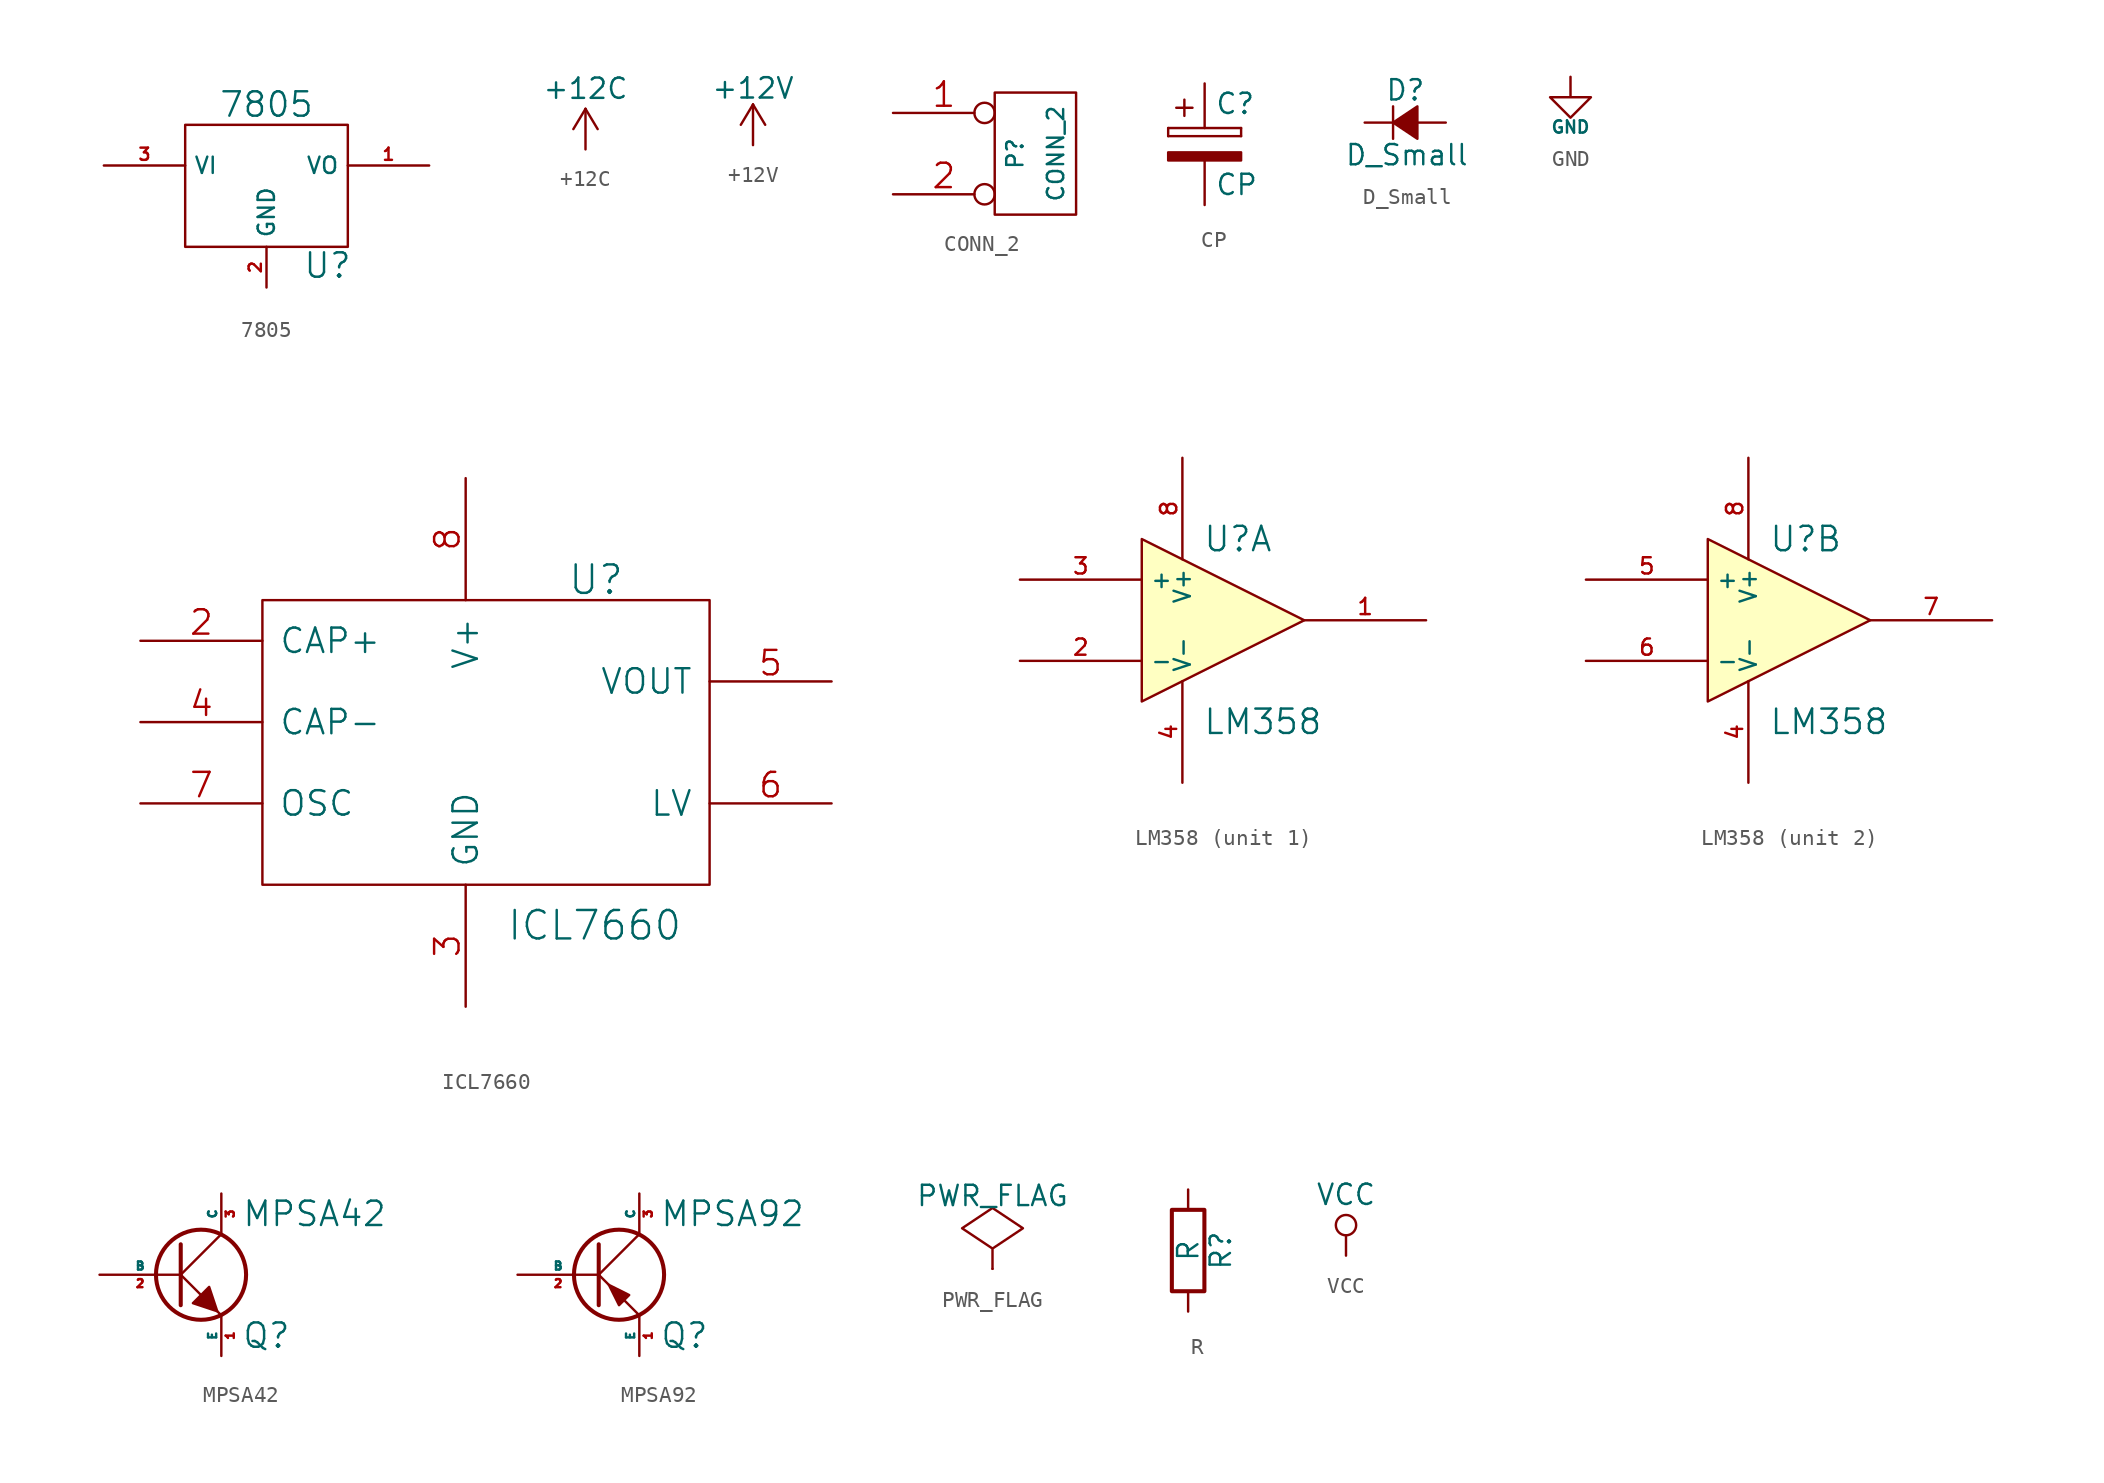
<source format=kicad_sym>
(kicad_symbol_lib
  (version 20201005)
  (generator kicad_symbol_editor)
  (symbol "complex_hierarchy_schlib:7805"
    (property "Reference" "U"
      (at 3.81 -4.978 0)
      (effects (font (size 1.524 1.524))))
    (property "Value" "7805"
      (at 0 5.08 0)
      (effects (font (size 1.524 1.524))))
    (property "Footprint" ""
      (at 0 0 0)
      (effects (font (size 1.524 1.524))))
    (property "Datasheet" ""
      (at 0 0 0)
      (effects (font (size 1.524 1.524))))
    (symbol "7805_0_1"
      (rectangle (start -5.08 -3.81) (end 5.08 3.81) (stroke (width 0)) (fill (type none))))
    (symbol "7805_1_1"
      (pin power_out line (at 10.16 1.27 180) (length 5.08) (name "VO" (effects (font (size 1.016 1.016)))) (number "1" (effects (font (size 0.762 0.762)))))
      (pin input line (at 0 -6.35 90) (length 2.54) (name "GND" (effects (font (size 1.016 1.016)))) (number "2" (effects (font (size 0.762 0.762)))))
      (pin input line (at -10.16 1.27 0) (length 5.08) (name "VI" (effects (font (size 1.016 1.016)))) (number "3" (effects (font (size 0.762 0.762)))))))
  (symbol "complex_hierarchy_schlib:+12C"
    (power)
    (pin_names
      (offset 0))
    (property "Reference" "#PWR"
      (at 0 -3.81 0)
      (effects (font (size 1.27 1.27)) hide))
    (property "Value" "+12C"
      (at 0 3.81 0)
      (effects (font (size 1.27 1.27))))
    (property "Footprint" ""
      (at 0 0 0)
      (effects (font (size 1.524 1.524))))
    (property "Datasheet" ""
      (at 0 0 0)
      (effects (font (size 1.524 1.524))))
    (symbol "+12C_0_1"
      (polyline (pts (xy -0.762 1.27) (xy 0 2.54)) (stroke (width 0)) (fill (type none)))
      (polyline (pts (xy 0 0) (xy 0 2.54)) (stroke (width 0)) (fill (type none)))
      (polyline (pts (xy 0 2.54) (xy 0.762 1.27)) (stroke (width 0)) (fill (type none))))
    (symbol "+12C_1_1"
      (pin power_in line (at 0 0 90) (length 0) hide (name "+12C" (effects (font (size 1.27 1.27)))) (number "1" (effects (font (size 1.27 1.27)))))))
  (symbol "complex_hierarchy_schlib:+12V"
    (power)
    (pin_names
      (offset 0))
    (property "Reference" "#PWR"
      (at 0 -3.81 0)
      (effects (font (size 1.27 1.27)) hide))
    (property "Value" "+12V"
      (at 0 3.556 0)
      (effects (font (size 1.27 1.27))))
    (property "Footprint" ""
      (at 0 0 0)
      (effects (font (size 1.524 1.524))))
    (property "Datasheet" ""
      (at 0 0 0)
      (effects (font (size 1.524 1.524))))
    (symbol "+12V_0_1"
      (polyline (pts (xy -0.762 1.27) (xy 0 2.54)) (stroke (width 0)) (fill (type none)))
      (polyline (pts (xy 0 0) (xy 0 2.54)) (stroke (width 0)) (fill (type none)))
      (polyline (pts (xy 0 2.54) (xy 0.762 1.27)) (stroke (width 0)) (fill (type none))))
    (symbol "+12V_1_1"
      (pin power_in line (at 0 0 90) (length 0) hide (name "+12V" (effects (font (size 1.27 1.27)))) (number "1" (effects (font (size 1.27 1.27)))))))
  (symbol "complex_hierarchy_schlib:CONN_2"
    (pin_names
      (offset 1.016) hide)
    (property "Reference" "P"
      (at -1.27 0 90)
      (effects (font (size 1.016 1.016))))
    (property "Value" "CONN_2"
      (at 1.27 0 90)
      (effects (font (size 1.016 1.016))))
    (property "Footprint" ""
      (at 0 0 0)
      (effects (font (size 1.524 1.524))))
    (property "Datasheet" ""
      (at 0 0 0)
      (effects (font (size 1.524 1.524))))
    (symbol "CONN_2_0_1"
      (rectangle (start -2.54 3.81) (end 2.54 -3.81) (stroke (width 0)) (fill (type none))))
    (symbol "CONN_2_1_1"
      (pin passive inverted (at -8.89 2.54 0) (length 6.35) (name "P1" (effects (font (size 1.524 1.524)))) (number "1" (effects (font (size 1.524 1.524)))))
      (pin passive inverted (at -8.89 -2.54 0) (length 6.35) (name "PM" (effects (font (size 1.524 1.524)))) (number "2" (effects (font (size 1.524 1.524)))))))
  (symbol "complex_hierarchy_schlib:CP"
    (pin_numbers hide)
    (pin_names
      (offset 0.254))
    (property "Reference" "C"
      (at 0.635 2.54 0)
      (effects (font (size 1.27 1.27)) (justify left)))
    (property "Value" "CP"
      (at 0.635 -2.54 0)
      (effects (font (size 1.27 1.27)) (justify left)))
    (property "Footprint" ""
      (at 0.965 -3.81 0)
      (effects (font (size 0.762 0.762))))
    (property "Datasheet" ""
      (at 0 0 0)
      (effects (font (size 1.524 1.524))))
    (symbol "CP_0_1"
      (rectangle (start -2.286 0.508) (end -2.286 1.016) (stroke (width 0)) (fill (type none)))
      (rectangle (start -2.286 0.508) (end 2.286 0.508) (stroke (width 0)) (fill (type none)))
      (rectangle (start -1.778 2.286) (end -0.762 2.286) (stroke (width 0)) (fill (type none)))
      (rectangle (start -1.27 1.778) (end -1.27 2.794) (stroke (width 0)) (fill (type none)))
      (rectangle (start 2.286 -0.508) (end -2.286 -1.016) (stroke (width 0)) (fill (type outline)))
      (rectangle (start 2.286 1.016) (end -2.286 1.016) (stroke (width 0)) (fill (type none)))
      (rectangle (start 2.286 1.016) (end 2.286 0.508) (stroke (width 0)) (fill (type none))))
    (symbol "CP_1_1"
      (pin passive line (at 0 3.81 270) (length 2.794) (name "~" (effects (font (size 1.016 1.016)))) (number "1" (effects (font (size 1.016 1.016)))))
      (pin passive line (at 0 -3.81 90) (length 2.794) (name "~" (effects (font (size 1.016 1.016)))) (number "2" (effects (font (size 1.016 1.016)))))))
  (symbol "complex_hierarchy_schlib:D_Small"
    (pin_numbers hide)
    (pin_names
      (offset 0.254) hide)
    (property "Reference" "D"
      (at -1.27 2.032 0)
      (effects (font (size 1.27 1.27)) (justify left)))
    (property "Value" "D_Small"
      (at -3.81 -2.032 0)
      (effects (font (size 1.27 1.27)) (justify left)))
    (property "Footprint" ""
      (at 0 0 90)
      (effects (font (size 1.524 1.524))))
    (property "Datasheet" ""
      (at 0 0 90)
      (effects (font (size 1.524 1.524))))
    (symbol "D_Small_0_1"
      (polyline (pts (xy -0.762 -1.016) (xy -0.762 1.016)) (stroke (width 0)) (fill (type none)))
      (polyline (pts (xy 0.762 -1.016) (xy -0.762 0) (xy 0.762 1.016) (xy 0.762 -1.016)) (stroke (width 0)) (fill (type outline))))
    (symbol "D_Small_1_1"
      (pin passive line (at -2.54 0 0) (length 1.778) (name "K" (effects (font (size 1.27 1.27)))) (number "1" (effects (font (size 1.27 1.27)))))
      (pin passive line (at 2.54 0 180) (length 1.778) (name "A" (effects (font (size 1.27 1.27)))) (number "2" (effects (font (size 1.27 1.27)))))))
  (symbol "complex_hierarchy_schlib:GND"
    (power)
    (pin_names
      (offset 0))
    (property "Reference" "#PWR"
      (at 0 -3.81 0)
      (effects (font (size 1.27 1.27)) hide))
    (property "Value" "GND"
      (at 0 -3.124 0)
      (effects (font (size 0.762 0.762))))
    (property "Footprint" ""
      (at 0 0 0)
      (effects (font (size 1.524 1.524))))
    (property "Datasheet" ""
      (at 0 0 0)
      (effects (font (size 1.524 1.524))))
    (symbol "GND_0_1"
      (polyline (pts (xy 0 0) (xy 0 -1.27) (xy 1.27 -1.27) (xy 0 -2.54) (xy -1.27 -1.27) (xy 0 -1.27)) (stroke (width 0)) (fill (type none))))
    (symbol "GND_1_1"
      (pin power_in line (at 0 0 270) (length 0) hide (name "GND" (effects (font (size 0.762 0.762)))) (number "1" (effects (font (size 0.508 0.508)))))))
  (symbol "complex_hierarchy_schlib:ICL7660"
    (pin_names
      (offset 1.016))
    (property "Reference" "U"
      (at 5.08 10.16 0)
      (effects (font (size 1.778 1.778)) (justify left)))
    (property "Value" "ICL7660"
      (at 1.27 -11.43 0)
      (effects (font (size 1.778 1.778)) (justify left)))
    (property "Footprint" ""
      (at 0 0 0)
      (effects (font (size 1.524 1.524))))
    (property "Datasheet" ""
      (at 0 0 0)
      (effects (font (size 1.524 1.524))))
    (symbol "ICL7660_0_1"
      (rectangle (start -13.97 -8.89) (end 13.97 8.89) (stroke (width 0)) (fill (type none))))
    (symbol "ICL7660_1_1"
      (pin input line (at -21.59 6.35 0) (length 7.62) (name "CAP+" (effects (font (size 1.524 1.524)))) (number "2" (effects (font (size 1.524 1.524)))))
      (pin power_in line (at -1.27 -16.51 90) (length 7.62) (name "GND" (effects (font (size 1.524 1.524)))) (number "3" (effects (font (size 1.524 1.524)))))
      (pin input line (at -21.59 1.27 0) (length 7.62) (name "CAP-" (effects (font (size 1.524 1.524)))) (number "4" (effects (font (size 1.524 1.524)))))
      (pin power_out line (at 21.59 3.81 180) (length 7.62) (name "VOUT" (effects (font (size 1.524 1.524)))) (number "5" (effects (font (size 1.524 1.524)))))
      (pin input line (at 21.59 -3.81 180) (length 7.62) (name "LV" (effects (font (size 1.524 1.524)))) (number "6" (effects (font (size 1.524 1.524)))))
      (pin input line (at -21.59 -3.81 0) (length 7.62) (name "OSC" (effects (font (size 1.524 1.524)))) (number "7" (effects (font (size 1.524 1.524)))))
      (pin power_in line (at -1.27 16.51 270) (length 7.62) (name "V+" (effects (font (size 1.524 1.524)))) (number "8" (effects (font (size 1.524 1.524)))))))
  (symbol "complex_hierarchy_schlib:LM358"
    (property "Reference" "U"
      (at -1.27 5.08 0)
      (effects (font (size 1.524 1.524)) (justify left)))
    (property "Value" "LM358"
      (at -1.27 -6.35 0)
      (effects (font (size 1.524 1.524)) (justify left)))
    (property "Footprint" ""
      (at 0 0 0)
      (effects (font (size 1.524 1.524))))
    (property "Datasheet" ""
      (at 0 0 0)
      (effects (font (size 1.524 1.524))))
    (symbol "LM358_0_1"
      (polyline (pts (xy -5.08 5.08) (xy 5.08 0) (xy -5.08 -5.08) (xy -5.08 5.08)) (stroke (width 0.152)) (fill (type background)))
      (pin power_in line (at -2.54 -10.16 90) (length 6.35) (name "V-" (effects (font (size 1.016 1.016)))) (number "4" (effects (font (size 1.016 1.016)))))
      (pin power_in line (at -2.54 10.16 270) (length 6.35) (name "V+" (effects (font (size 1.016 1.016)))) (number "8" (effects (font (size 1.016 1.016))))))
    (symbol "LM358_1_1"
      (pin output line (at 12.7 0 180) (length 7.62) (name "~" (effects (font (size 1.016 1.016)))) (number "1" (effects (font (size 1.016 1.016)))))
      (pin input line (at -12.7 -2.54 0) (length 7.62) (name "-" (effects (font (size 1.016 1.016)))) (number "2" (effects (font (size 1.016 1.016)))))
      (pin input line (at -12.7 2.54 0) (length 7.62) (name "+" (effects (font (size 1.016 1.016)))) (number "3" (effects (font (size 1.016 1.016))))))
    (symbol "LM358_2_1"
      (pin input line (at -12.7 2.54 0) (length 7.62) (name "+" (effects (font (size 1.016 1.016)))) (number "5" (effects (font (size 1.016 1.016)))))
      (pin input line (at -12.7 -2.54 0) (length 7.62) (name "-" (effects (font (size 1.016 1.016)))) (number "6" (effects (font (size 1.016 1.016)))))
      (pin output line (at 12.7 0 180) (length 7.62) (name "~" (effects (font (size 1.016 1.016)))) (number "7" (effects (font (size 1.016 1.016)))))))
  (symbol "complex_hierarchy_schlib:MPSA42"
    (pin_names
      (offset 0))
    (property "Reference" "Q"
      (at 3.81 -3.81 0)
      (effects (font (size 1.524 1.524)) (justify left)))
    (property "Value" "MPSA42"
      (at 3.81 3.81 0)
      (effects (font (size 1.524 1.524)) (justify left)))
    (property "Datasheet" ""
      (at 0 0 0)
      (effects (font (size 1.524 1.524))))
    (symbol "MPSA42_0_1"
      (circle (center 1.27 0) (radius 2.819) (stroke (width 0.254)) (fill (type none)))
      (polyline (pts (xy 0 0) (xy 2.54 2.54)) (stroke (width 0)) (fill (type none)))
      (polyline (pts (xy 0 1.905) (xy 0 -1.905) (xy 0 -1.905)) (stroke (width 0.254)) (fill (type none)))
      (polyline (pts (xy 1.27 -1.27) (xy 0 0) (xy 0 0)) (stroke (width 0)) (fill (type none)))
      (polyline (pts (xy 2.286 -2.286) (xy 2.54 -2.54) (xy 2.54 -2.54)) (stroke (width 0)) (fill (type none)))
      (polyline (pts (xy 2.286 -2.286) (xy 1.778 -0.762) (xy 0.762 -1.778) (xy 2.286 -2.286) (xy 2.286 -2.286)) (stroke (width 0)) (fill (type outline))))
    (symbol "MPSA42_1_1"
      (pin passive line (at 2.54 -5.08 90) (length 2.54) (name "E" (effects (font (size 0.508 0.508)))) (number "1" (effects (font (size 0.508 0.508)))))
      (pin input line (at -5.08 0 0) (length 5.08) (name "B" (effects (font (size 0.508 0.508)))) (number "2" (effects (font (size 0.508 0.508)))))
      (pin passive line (at 2.54 5.08 270) (length 2.54) (name "C" (effects (font (size 0.508 0.508)))) (number "3" (effects (font (size 0.508 0.508)))))))
  (symbol "complex_hierarchy_schlib:MPSA92"
    (pin_names
      (offset 0))
    (property "Reference" "Q"
      (at 3.81 -3.81 0)
      (effects (font (size 1.524 1.524)) (justify left)))
    (property "Value" "MPSA92"
      (at 3.81 3.81 0)
      (effects (font (size 1.524 1.524)) (justify left)))
    (property "Datasheet" ""
      (at 0 0 0)
      (effects (font (size 1.524 1.524))))
    (symbol "MPSA92_0_1"
      (circle (center 1.27 0) (radius 2.819) (stroke (width 0.254)) (fill (type none)))
      (polyline (pts (xy 0 0) (xy 2.54 2.54)) (stroke (width 0)) (fill (type none)))
      (polyline (pts (xy 0 1.905) (xy 0 -1.905) (xy 0 -1.905)) (stroke (width 0.254)) (fill (type outline)))
      (polyline (pts (xy 0.635 -0.635) (xy 0 0) (xy 0 0)) (stroke (width 0)) (fill (type none)))
      (polyline (pts (xy 2.54 -2.54) (xy 1.651 -1.651) (xy 1.651 -1.651)) (stroke (width 0)) (fill (type none)))
      (polyline (pts (xy 0.635 -0.635) (xy 1.27 -1.905) (xy 1.905 -1.27) (xy 0.635 -0.635) (xy 0.635 -0.635)) (stroke (width 0)) (fill (type outline))))
    (symbol "MPSA92_1_1"
      (pin passive line (at 2.54 -5.08 90) (length 2.54) (name "E" (effects (font (size 0.508 0.508)))) (number "1" (effects (font (size 0.508 0.508)))))
      (pin input line (at -5.08 0 0) (length 5.08) (name "B" (effects (font (size 0.508 0.508)))) (number "2" (effects (font (size 0.508 0.508)))))
      (pin passive line (at 2.54 5.08 270) (length 2.54) (name "C" (effects (font (size 0.508 0.508)))) (number "3" (effects (font (size 0.508 0.508)))))))
  (symbol "complex_hierarchy_schlib:PWR_FLAG"
    (power)
    (pin_numbers hide)
    (pin_names
      (offset 0) hide)
    (property "Reference" "#FLG"
      (at 0 2.413 0)
      (effects (font (size 1.27 1.27)) hide))
    (property "Value" "PWR_FLAG"
      (at 0 4.572 0)
      (effects (font (size 1.27 1.27))))
    (property "Footprint" ""
      (at 0 0 0)
      (effects (font (size 1.524 1.524))))
    (property "Datasheet" ""
      (at 0 0 0)
      (effects (font (size 1.524 1.524))))
    (symbol "PWR_FLAG_0_1"
      (polyline (pts (xy 0 0) (xy 0 1.27) (xy -1.905 2.54) (xy 0 3.81) (xy 1.905 2.54) (xy 0 1.27)) (stroke (width 0)) (fill (type none))))
    (symbol "PWR_FLAG_0_0"
      (pin power_out line (at 0 0 90) (length 0) (name "pwr" (effects (font (size 0.508 0.508)))) (number "1" (effects (font (size 0.508 0.508)))))))
  (symbol "complex_hierarchy_schlib:R"
    (pin_numbers hide)
    (pin_names
      (offset 0))
    (property "Reference" "R"
      (at 2.032 0 90)
      (effects (font (size 1.27 1.27))))
    (property "Value" "R"
      (at 0 0 90)
      (effects (font (size 1.27 1.27))))
    (property "Footprint" ""
      (at -1.778 0 90)
      (effects (font (size 0.762 0.762))))
    (property "Datasheet" ""
      (at 0 0 0)
      (effects (font (size 0.762 0.762))))
    (symbol "R_0_1"
      (rectangle (start -1.016 -2.54) (end 1.016 2.54) (stroke (width 0.254)) (fill (type none))))
    (symbol "R_1_1"
      (pin passive line (at 0 3.81 270) (length 1.27) (name "~" (effects (font (size 1.524 1.524)))) (number "1" (effects (font (size 1.524 1.524)))))
      (pin passive line (at 0 -3.81 90) (length 1.27) (name "~" (effects (font (size 1.524 1.524)))) (number "2" (effects (font (size 1.524 1.524)))))))
  (symbol "complex_hierarchy_schlib:VCC"
    (power)
    (pin_names
      (offset 0))
    (property "Reference" "#PWR"
      (at 0 -3.81 0)
      (effects (font (size 1.27 1.27)) hide))
    (property "Value" "VCC"
      (at 0 3.81 0)
      (effects (font (size 1.27 1.27))))
    (property "Footprint" ""
      (at 0 0 0)
      (effects (font (size 1.524 1.524))))
    (property "Datasheet" ""
      (at 0 0 0)
      (effects (font (size 1.524 1.524))))
    (symbol "VCC_0_1"
      (circle (center 0 1.905) (radius 0.635) (stroke (width 0)) (fill (type none)))
      (polyline (pts (xy 0 0) (xy 0 1.27)) (stroke (width 0)) (fill (type none))))
    (symbol "VCC_1_1"
      (pin power_in line (at 0 0 90) (length 0) hide (name "VCC" (effects (font (size 1.27 1.27)))) (number "1" (effects (font (size 1.27 1.27))))))))
</source>
